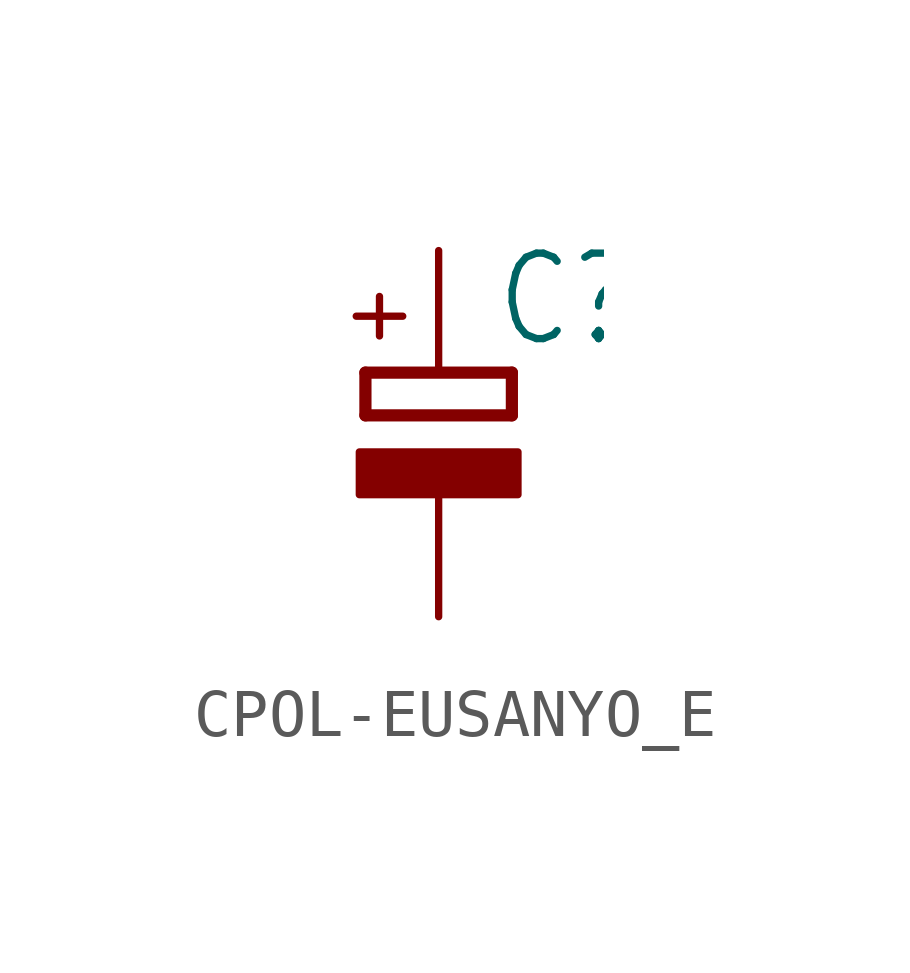
<source format=kicad_sym>
(kicad_symbol_lib
  (version 20241209)
  (generator "kicad_symbol_editor")
  (generator_version "9.0")
  (symbol "CPOL-EUSANYO_E"
    (property "Reference" "C"
      (at 1.143 0.483 0)
      (effects (font (size 1.778 1.511)) (justify left bottom)))
    (property "Value" ""
      (at 1.143 -4.597 0)
      (effects (font (size 1.778 1.511)) (justify left bottom)))
    (property "ki_locked" ""
      (at 0 0 0)
      (effects (font (size 1.27 1.27))))
    (symbol "CPOL-EUSANYO_E_1_0"
      (rectangle (start -1.651 -2.54) (end 1.651 -1.651) (stroke (width 0) (type default)) (fill (type outline)))
      (polyline (pts (xy -1.524 0) (xy -1.524 -0.889)) (stroke (width 0.254) (type solid)) (fill (type none)))
      (polyline (pts (xy -1.524 0) (xy 1.524 0)) (stroke (width 0.254) (type solid)) (fill (type none)))
      (polyline (pts (xy -1.524 -0.889) (xy 1.524 -0.889)) (stroke (width 0.254) (type solid)) (fill (type none)))
      (polyline (pts (xy 1.524 -0.889) (xy 1.524 0)) (stroke (width 0.254) (type solid)) (fill (type none)))
      (text "+" (at -0.584 0.406 900) (effects (font (size 1.27 1.079)) (justify left bottom)))
      (pin passive line (at 0 2.54 270) (length 2.54) (name "+" (effects (font (size 0 0)))) (number "+" (effects (font (size 0 0)))))
      (pin passive line (at 0 -5.08 90) (length 2.54) (name "-" (effects (font (size 0 0)))) (number "-" (effects (font (size 0 0))))))))
</source>
